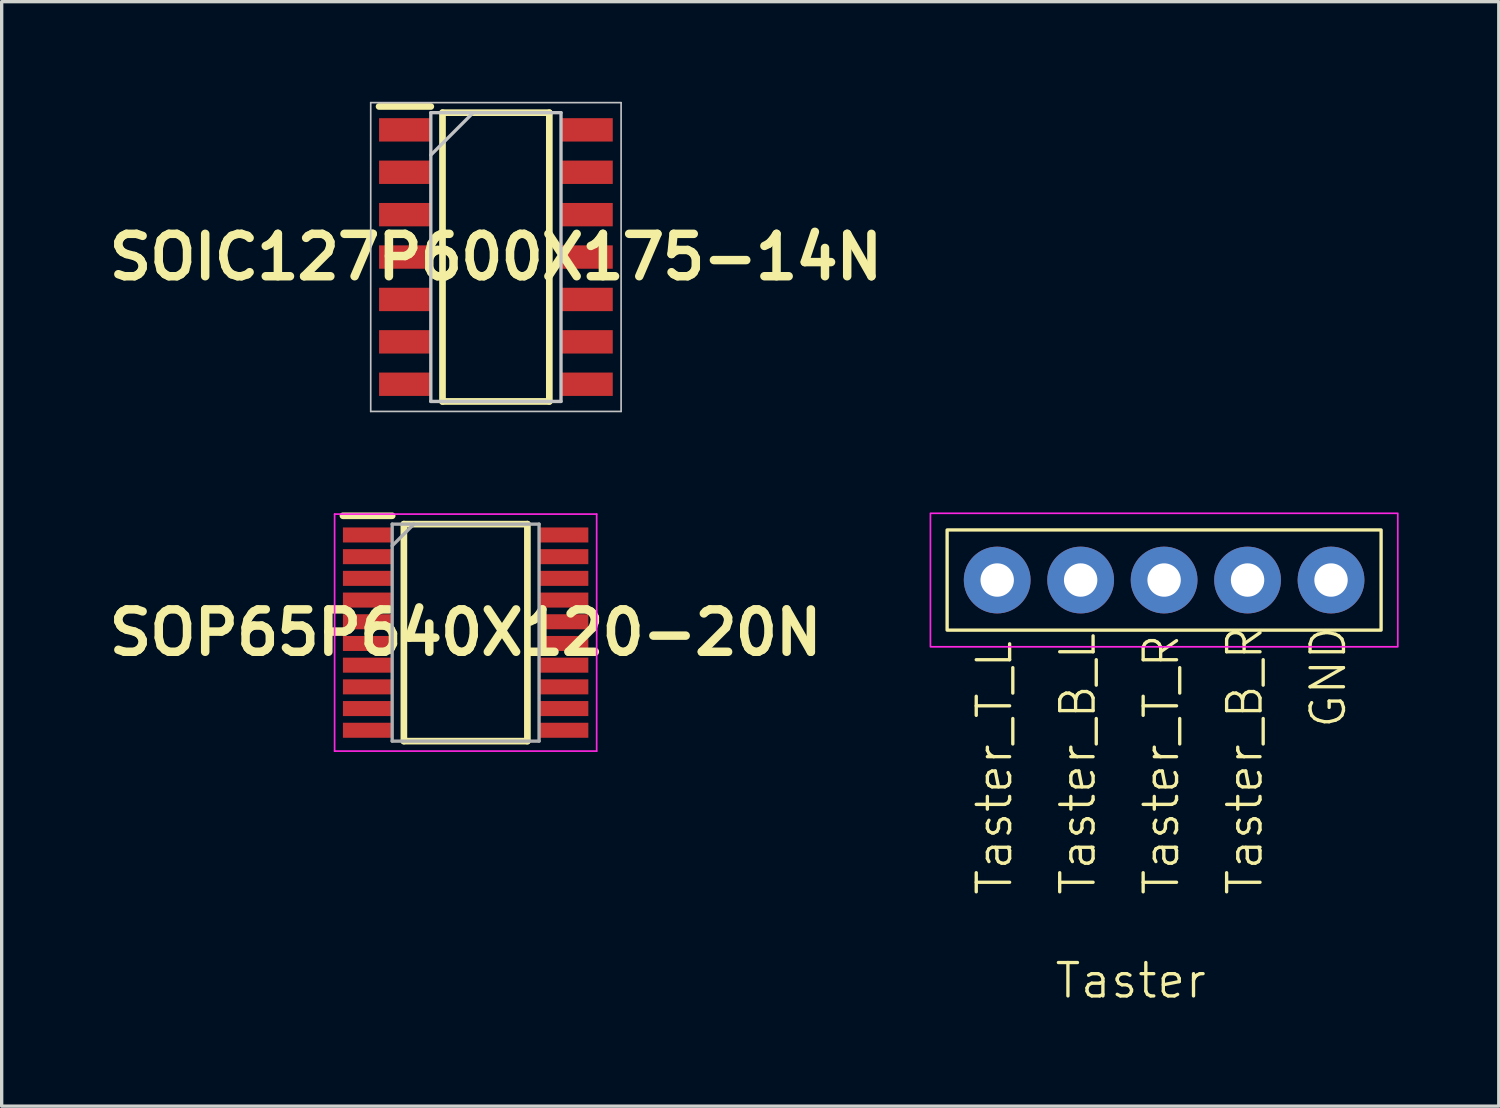
<source format=kicad_pcb>
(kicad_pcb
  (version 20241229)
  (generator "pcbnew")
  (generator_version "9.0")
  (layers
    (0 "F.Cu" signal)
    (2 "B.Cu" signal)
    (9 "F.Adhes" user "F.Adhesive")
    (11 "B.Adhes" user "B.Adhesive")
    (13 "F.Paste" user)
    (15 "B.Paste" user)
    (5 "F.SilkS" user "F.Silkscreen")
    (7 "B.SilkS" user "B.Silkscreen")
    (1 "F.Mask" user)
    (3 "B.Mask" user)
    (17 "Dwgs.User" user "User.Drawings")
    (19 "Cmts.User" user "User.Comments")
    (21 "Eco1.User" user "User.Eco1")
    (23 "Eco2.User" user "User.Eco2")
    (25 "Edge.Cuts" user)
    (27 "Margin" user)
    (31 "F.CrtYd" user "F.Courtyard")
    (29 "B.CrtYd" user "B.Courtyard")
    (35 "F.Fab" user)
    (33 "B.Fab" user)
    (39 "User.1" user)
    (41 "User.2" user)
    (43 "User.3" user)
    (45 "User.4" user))
  (footprint "Taster"
    (layer "F.Cu")
    (at 25.321 15.825)
    (property "Reference" "Taster" (at 5.5 10.5 0) (unlocked yes) (layer "F.SilkS") (effects (font (size 1 1) (thickness 0.1))))
    (attr through_hole)
    (fp_rect (start 0 -3) (end 13 0) (stroke (width 0.1) (type default)) (fill no) (layer "F.SilkS"))
    (fp_rect (start -0.5 -3.5) (end 13.5 0.5) (stroke (width 0.05) (type default)) (fill no) (layer "F.CrtYd"))
    (fp_text user "GND" (at 12 3 90) (unlocked yes) (layer "F.SilkS") (effects (font (size 1 1) (thickness 0.1)) (justify left bottom)))
    (fp_text user "Taster_T_R" (at 7 8 90) (unlocked yes) (layer "F.SilkS") (effects (font (size 1 1) (thickness 0.1)) (justify left bottom)))
    (fp_text user "Taster_T_L" (at 2 8 90) (unlocked yes) (layer "F.SilkS") (effects (font (size 1 1) (thickness 0.1)) (justify left bottom)))
    (fp_text user "Taster_B_R" (at 9.5 8 90) (unlocked yes) (layer "F.SilkS") (effects (font (size 1 1) (thickness 0.1)) (justify left bottom)))
    (fp_text user "Taster_B_L" (at 4.5 8 90) (unlocked yes) (layer "F.SilkS") (effects (font (size 1 1) (thickness 0.1)) (justify left bottom)))
    (pad "1" thru_hole circle (at 1.5 -1.5) (size 2 2) (drill 1) (layers "*.Cu" "*.Mask"))
    (pad "2" thru_hole circle (at 4 -1.5) (size 2 2) (drill 1) (layers "*.Cu" "*.Mask"))
    (pad "3" thru_hole circle (at 6.5 -1.5) (size 2 2) (drill 1) (layers "*.Cu" "*.Mask"))
    (pad "4" thru_hole circle (at 9 -1.5) (size 2 2) (drill 1) (layers "*.Cu" "*.Mask"))
    (pad "5" thru_hole circle (at 11.5 -1.5) (size 2 2) (drill 1) (layers "*.Cu" "*.Mask")))
  (footprint "SOP65P640X120-20N"
    (layer "F.Cu")
    (at 10.898 15.9)
    (property "Reference" "SOP65P640X120-20N" (at 0 0 0) (layer "F.SilkS") (effects (font (size 1.27 1.27) (thickness 0.254))))
    (attr smd)
    (fp_line (start -3.675 -3.5) (end -2.2 -3.5) (stroke (width 0.2) (type solid)) (layer "F.SilkS"))
    (fp_line (start -1.85 -3.25) (end 1.85 -3.25) (stroke (width 0.2) (type solid)) (layer "F.SilkS"))
    (fp_line (start -1.85 3.25) (end -1.85 -3.25) (stroke (width 0.2) (type solid)) (layer "F.SilkS"))
    (fp_line (start 1.85 -3.25) (end 1.85 3.25) (stroke (width 0.2) (type solid)) (layer "F.SilkS"))
    (fp_line (start 1.85 3.25) (end -1.85 3.25) (stroke (width 0.2) (type solid)) (layer "F.SilkS"))
    (fp_line (start -3.925 -3.55) (end 3.925 -3.55) (stroke (width 0.05) (type solid)) (layer "F.CrtYd"))
    (fp_line (start -3.925 3.55) (end -3.925 -3.55) (stroke (width 0.05) (type solid)) (layer "F.CrtYd"))
    (fp_line (start 3.925 -3.55) (end 3.925 3.55) (stroke (width 0.05) (type solid)) (layer "F.CrtYd"))
    (fp_line (start 3.925 3.55) (end -3.925 3.55) (stroke (width 0.05) (type solid)) (layer "F.CrtYd"))
    (fp_line (start -2.2 -3.25) (end 2.2 -3.25) (stroke (width 0.1) (type solid)) (layer "F.Fab"))
    (fp_line (start -2.2 -2.6) (end -1.55 -3.25) (stroke (width 0.1) (type solid)) (layer "F.Fab"))
    (fp_line (start -2.2 3.25) (end -2.2 -3.25) (stroke (width 0.1) (type solid)) (layer "F.Fab"))
    (fp_line (start 2.2 -3.25) (end 2.2 3.25) (stroke (width 0.1) (type solid)) (layer "F.Fab"))
    (fp_line (start 2.2 3.25) (end -2.2 3.25) (stroke (width 0.1) (type solid)) (layer "F.Fab"))
    (pad "1" smd rect (at -2.938 -2.925 90) (size 0.45 1.475) (layers "F.Cu" "F.Mask" "F.Paste"))
    (pad "2" smd rect (at -2.938 -2.275 90) (size 0.45 1.475) (layers "F.Cu" "F.Mask" "F.Paste"))
    (pad "3" smd rect (at -2.938 -1.625 90) (size 0.45 1.475) (layers "F.Cu" "F.Mask" "F.Paste"))
    (pad "4" smd rect (at -2.938 -0.975 90) (size 0.45 1.475) (layers "F.Cu" "F.Mask" "F.Paste"))
    (pad "5" smd rect (at -2.938 -0.325 90) (size 0.45 1.475) (layers "F.Cu" "F.Mask" "F.Paste"))
    (pad "6" smd rect (at -2.938 0.325 90) (size 0.45 1.475) (layers "F.Cu" "F.Mask" "F.Paste"))
    (pad "7" smd rect (at -2.938 0.975 90) (size 0.45 1.475) (layers "F.Cu" "F.Mask" "F.Paste"))
    (pad "8" smd rect (at -2.938 1.625 90) (size 0.45 1.475) (layers "F.Cu" "F.Mask" "F.Paste"))
    (pad "9" smd rect (at -2.938 2.275 90) (size 0.45 1.475) (layers "F.Cu" "F.Mask" "F.Paste"))
    (pad "10" smd rect (at -2.938 2.925 90) (size 0.45 1.475) (layers "F.Cu" "F.Mask" "F.Paste"))
    (pad "11" smd rect (at 2.938 2.925 90) (size 0.45 1.475) (layers "F.Cu" "F.Mask" "F.Paste"))
    (pad "12" smd rect (at 2.938 2.275 90) (size 0.45 1.475) (layers "F.Cu" "F.Mask" "F.Paste"))
    (pad "13" smd rect (at 2.938 1.625 90) (size 0.45 1.475) (layers "F.Cu" "F.Mask" "F.Paste"))
    (pad "14" smd rect (at 2.938 0.975 90) (size 0.45 1.475) (layers "F.Cu" "F.Mask" "F.Paste"))
    (pad "15" smd rect (at 2.938 0.325 90) (size 0.45 1.475) (layers "F.Cu" "F.Mask" "F.Paste"))
    (pad "16" smd rect (at 2.938 -0.325 90) (size 0.45 1.475) (layers "F.Cu" "F.Mask" "F.Paste"))
    (pad "17" smd rect (at 2.938 -0.975 90) (size 0.45 1.475) (layers "F.Cu" "F.Mask" "F.Paste"))
    (pad "18" smd rect (at 2.938 -1.625 90) (size 0.45 1.475) (layers "F.Cu" "F.Mask" "F.Paste"))
    (pad "19" smd rect (at 2.938 -2.275 90) (size 0.45 1.475) (layers "F.Cu" "F.Mask" "F.Paste"))
    (pad "20" smd rect (at 2.938 -2.925 90) (size 0.45 1.475) (layers "F.Cu" "F.Mask" "F.Paste")))
  (footprint "SOIC127P600X175-14N"
    (layer "F.Cu")
    (at 11.805 4.65)
    (property "Reference" "SOIC127P600X175-14N" (at 0 0 0) (layer "F.SilkS") (effects (font (size 1.27 1.27) (thickness 0.254))))
    (attr smd)
    (fp_line (start -3.5 -4.51) (end -1.95 -4.51) (stroke (width 0.2) (type solid)) (layer "F.SilkS"))
    (fp_line (start -1.6 -4.325) (end 1.6 -4.325) (stroke (width 0.2) (type solid)) (layer "F.SilkS"))
    (fp_line (start -1.6 4.325) (end -1.6 -4.325) (stroke (width 0.2) (type solid)) (layer "F.SilkS"))
    (fp_line (start 1.6 -4.325) (end 1.6 4.325) (stroke (width 0.2) (type solid)) (layer "F.SilkS"))
    (fp_line (start 1.6 4.325) (end -1.6 4.325) (stroke (width 0.2) (type solid)) (layer "F.SilkS"))
    (fp_line (start -3.75 -4.625) (end 3.75 -4.625) (stroke (width 0.05) (type solid)) (layer "Dwgs.User"))
    (fp_line (start -3.75 4.625) (end -3.75 -4.625) (stroke (width 0.05) (type solid)) (layer "Dwgs.User"))
    (fp_line (start -1.95 -4.325) (end 1.95 -4.325) (stroke (width 0.1) (type solid)) (layer "Dwgs.User"))
    (fp_line (start -1.95 -3.055) (end -0.68 -4.325) (stroke (width 0.1) (type solid)) (layer "Dwgs.User"))
    (fp_line (start -1.95 4.325) (end -1.95 -4.325) (stroke (width 0.1) (type solid)) (layer "Dwgs.User"))
    (fp_line (start 1.95 -4.325) (end 1.95 4.325) (stroke (width 0.1) (type solid)) (layer "Dwgs.User"))
    (fp_line (start 1.95 4.325) (end -1.95 4.325) (stroke (width 0.1) (type solid)) (layer "Dwgs.User"))
    (fp_line (start 3.75 -4.625) (end 3.75 4.625) (stroke (width 0.05) (type solid)) (layer "Dwgs.User"))
    (fp_line (start 3.75 4.625) (end -3.75 4.625) (stroke (width 0.05) (type solid)) (layer "Dwgs.User"))
    (pad "1" smd rect (at -2.725 -3.81 90) (size 0.7 1.55) (layers "F.Cu" "F.Mask" "F.Paste"))
    (pad "2" smd rect (at -2.725 -2.54 90) (size 0.7 1.55) (layers "F.Cu" "F.Mask" "F.Paste"))
    (pad "3" smd rect (at -2.725 -1.27 90) (size 0.7 1.55) (layers "F.Cu" "F.Mask" "F.Paste"))
    (pad "4" smd rect (at -2.725 0 90) (size 0.7 1.55) (layers "F.Cu" "F.Mask" "F.Paste"))
    (pad "5" smd rect (at -2.725 1.27 90) (size 0.7 1.55) (layers "F.Cu" "F.Mask" "F.Paste"))
    (pad "6" smd rect (at -2.725 2.54 90) (size 0.7 1.55) (layers "F.Cu" "F.Mask" "F.Paste"))
    (pad "7" smd rect (at -2.725 3.81 90) (size 0.7 1.55) (layers "F.Cu" "F.Mask" "F.Paste"))
    (pad "8" smd rect (at 2.725 3.81 90) (size 0.7 1.55) (layers "F.Cu" "F.Mask" "F.Paste"))
    (pad "9" smd rect (at 2.725 2.54 90) (size 0.7 1.55) (layers "F.Cu" "F.Mask" "F.Paste"))
    (pad "10" smd rect (at 2.725 1.27 90) (size 0.7 1.55) (layers "F.Cu" "F.Mask" "F.Paste"))
    (pad "11" smd rect (at 2.725 0 90) (size 0.7 1.55) (layers "F.Cu" "F.Mask" "F.Paste"))
    (pad "12" smd rect (at 2.725 -1.27 90) (size 0.7 1.55) (layers "F.Cu" "F.Mask" "F.Paste"))
    (pad "13" smd rect (at 2.725 -2.54 90) (size 0.7 1.55) (layers "F.Cu" "F.Mask" "F.Paste"))
    (pad "14" smd rect (at 2.725 -3.81 90) (size 0.7 1.55) (layers "F.Cu" "F.Mask" "F.Paste")))
  (gr_rect
    (start -3 -3)
    (end 41.846 30.085)
    (stroke (width 0.1) (type default))
    (fill no)
    (layer "Edge.Cuts")))
</source>
